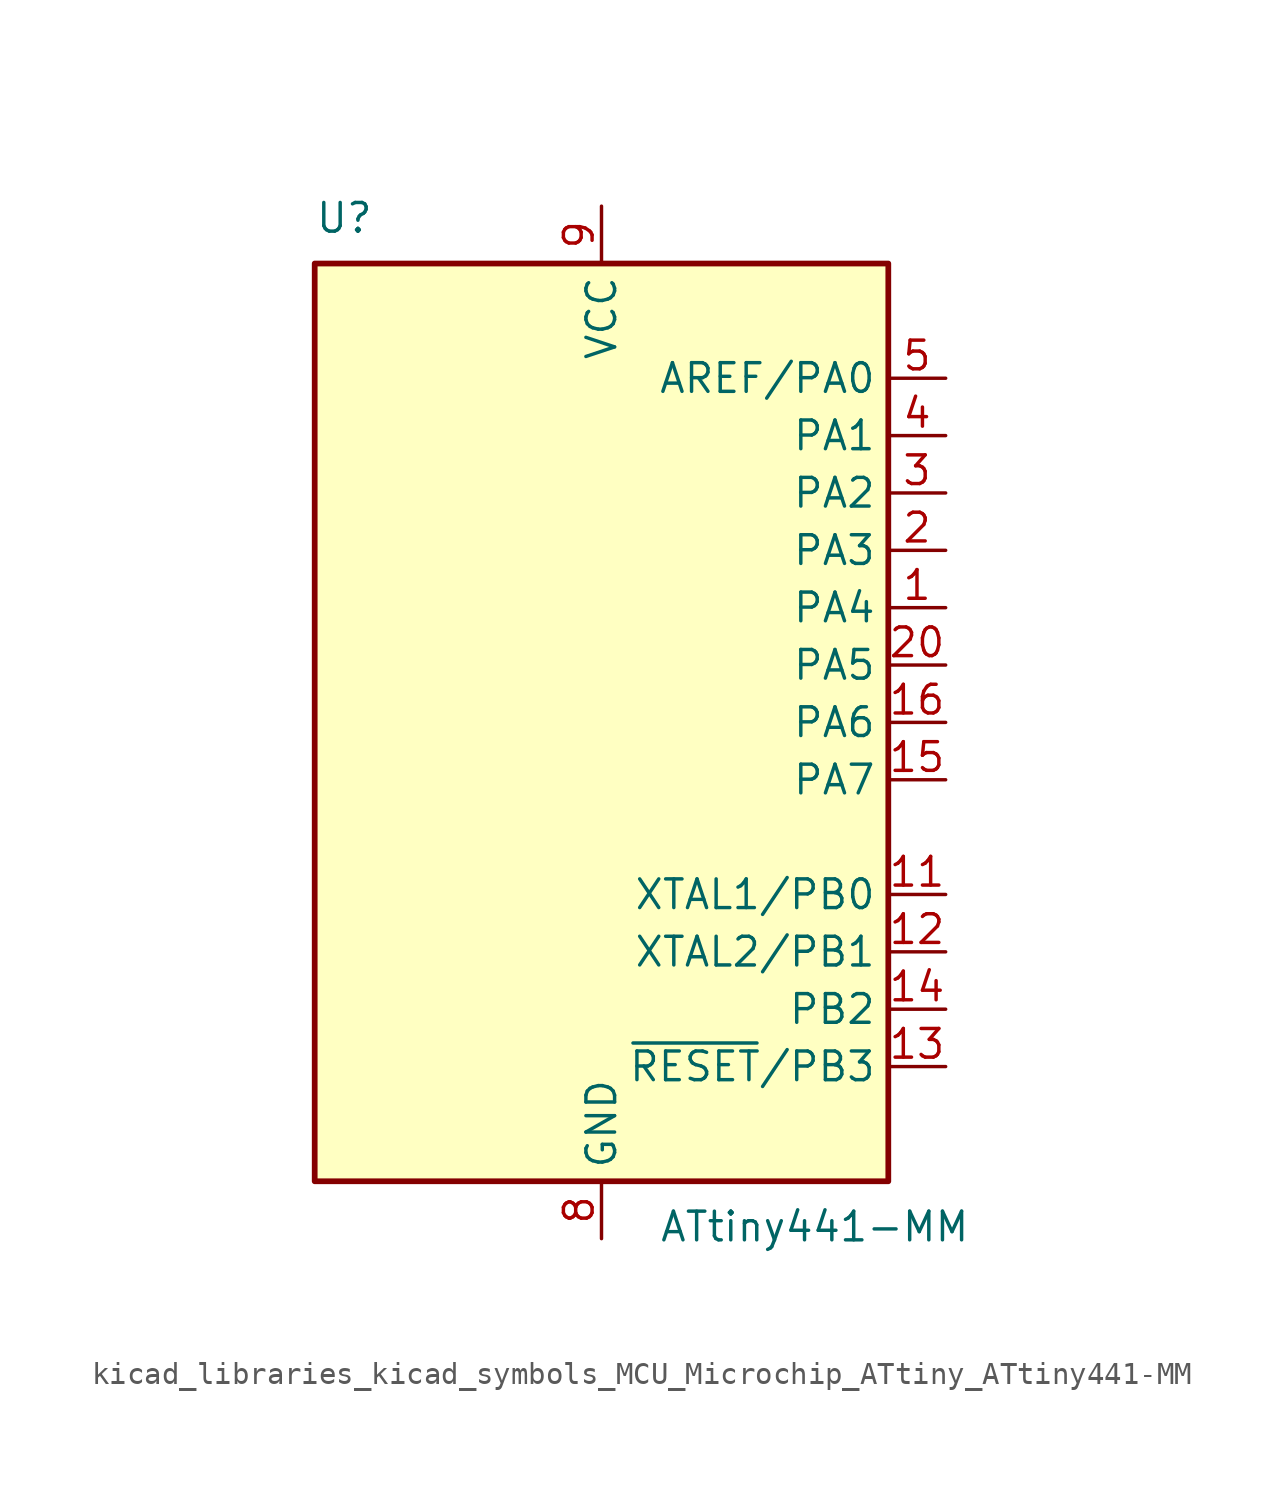
<source format=kicad_sym>
(kicad_symbol_lib
  (version 20220914)
  (generator kicad_symbol_editor)
  (symbol "kicad_libraries_kicad_symbols_MCU_Microchip_ATtiny_ATtiny441-MM"
    (property "Reference" "U"
      (at -12.7 21.59 0)
      (effects (font (size 1.27 1.27)) (justify left bottom)))
    (property "Value" "ATtiny441-MM"
      (at 2.54 -21.59 0)
      (effects (font (size 1.27 1.27)) (justify left top)))
    (symbol "kicad_libraries_kicad_symbols_MCU_Microchip_ATtiny_ATtiny441-MM_0_1"
      (rectangle (start -12.7 -20.32) (end 12.7 20.32) (stroke (width 0.254) (type default)) (fill (type background))))
    (symbol "kicad_libraries_kicad_symbols_MCU_Microchip_ATtiny_ATtiny441-MM_1_1"
      (pin bidirectional line (at 15.24 5.08 180) (length 2.54) (name "PA4" (effects (font (size 1.27 1.27)))) (number "1" (effects (font (size 1.27 1.27)))))
      (pin no_connect line (at -12.7 -10.16 0) (length 2.54) hide (name "NC" (effects (font (size 1.27 1.27)))) (number "10" (effects (font (size 1.27 1.27)))))
      (pin bidirectional line (at 15.24 -7.62 180) (length 2.54) (name "XTAL1/PB0" (effects (font (size 1.27 1.27)))) (number "11" (effects (font (size 1.27 1.27)))))
      (pin bidirectional line (at 15.24 -10.16 180) (length 2.54) (name "XTAL2/PB1" (effects (font (size 1.27 1.27)))) (number "12" (effects (font (size 1.27 1.27)))))
      (pin bidirectional line (at 15.24 -15.24 180) (length 2.54) (name "~{RESET}/PB3" (effects (font (size 1.27 1.27)))) (number "13" (effects (font (size 1.27 1.27)))))
      (pin bidirectional line (at 15.24 -12.7 180) (length 2.54) (name "PB2" (effects (font (size 1.27 1.27)))) (number "14" (effects (font (size 1.27 1.27)))))
      (pin bidirectional line (at 15.24 -2.54 180) (length 2.54) (name "PA7" (effects (font (size 1.27 1.27)))) (number "15" (effects (font (size 1.27 1.27)))))
      (pin bidirectional line (at 15.24 0 180) (length 2.54) (name "PA6" (effects (font (size 1.27 1.27)))) (number "16" (effects (font (size 1.27 1.27)))))
      (pin no_connect line (at -12.7 -12.7 0) (length 2.54) hide (name "NC" (effects (font (size 1.27 1.27)))) (number "17" (effects (font (size 1.27 1.27)))))
      (pin no_connect line (at -12.7 -15.24 0) (length 2.54) hide (name "NC" (effects (font (size 1.27 1.27)))) (number "18" (effects (font (size 1.27 1.27)))))
      (pin no_connect line (at -12.7 -17.78 0) (length 2.54) hide (name "NC" (effects (font (size 1.27 1.27)))) (number "19" (effects (font (size 1.27 1.27)))))
      (pin bidirectional line (at 15.24 7.62 180) (length 2.54) (name "PA3" (effects (font (size 1.27 1.27)))) (number "2" (effects (font (size 1.27 1.27)))))
      (pin bidirectional line (at 15.24 2.54 180) (length 2.54) (name "PA5" (effects (font (size 1.27 1.27)))) (number "20" (effects (font (size 1.27 1.27)))))
      (pin passive line (at 0 -22.86 90) (length 2.54) hide (name "GND" (effects (font (size 1.27 1.27)))) (number "21" (effects (font (size 1.27 1.27)))))
      (pin bidirectional line (at 15.24 10.16 180) (length 2.54) (name "PA2" (effects (font (size 1.27 1.27)))) (number "3" (effects (font (size 1.27 1.27)))))
      (pin bidirectional line (at 15.24 12.7 180) (length 2.54) (name "PA1" (effects (font (size 1.27 1.27)))) (number "4" (effects (font (size 1.27 1.27)))))
      (pin bidirectional line (at 15.24 15.24 180) (length 2.54) (name "AREF/PA0" (effects (font (size 1.27 1.27)))) (number "5" (effects (font (size 1.27 1.27)))))
      (pin no_connect line (at -12.7 -5.08 0) (length 2.54) hide (name "NC" (effects (font (size 1.27 1.27)))) (number "6" (effects (font (size 1.27 1.27)))))
      (pin no_connect line (at -12.7 -7.62 0) (length 2.54) hide (name "NC" (effects (font (size 1.27 1.27)))) (number "7" (effects (font (size 1.27 1.27)))))
      (pin power_in line (at 0 -22.86 90) (length 2.54) (name "GND" (effects (font (size 1.27 1.27)))) (number "8" (effects (font (size 1.27 1.27)))))
      (pin power_in line (at 0 22.86 270) (length 2.54) (name "VCC" (effects (font (size 1.27 1.27)))) (number "9" (effects (font (size 1.27 1.27))))))))
</source>
